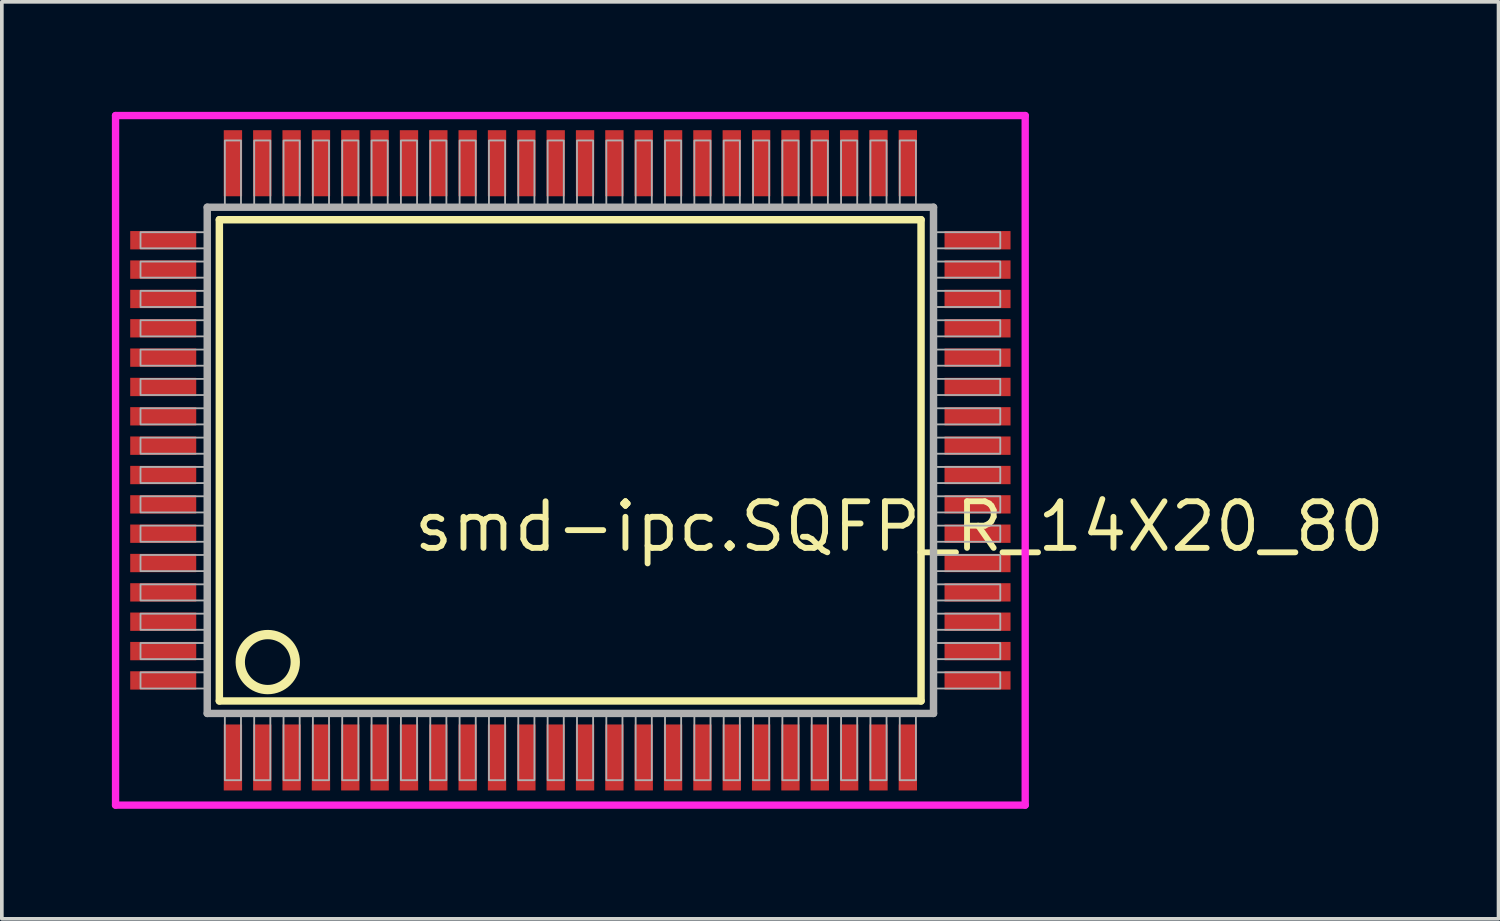
<source format=kicad_pcb>
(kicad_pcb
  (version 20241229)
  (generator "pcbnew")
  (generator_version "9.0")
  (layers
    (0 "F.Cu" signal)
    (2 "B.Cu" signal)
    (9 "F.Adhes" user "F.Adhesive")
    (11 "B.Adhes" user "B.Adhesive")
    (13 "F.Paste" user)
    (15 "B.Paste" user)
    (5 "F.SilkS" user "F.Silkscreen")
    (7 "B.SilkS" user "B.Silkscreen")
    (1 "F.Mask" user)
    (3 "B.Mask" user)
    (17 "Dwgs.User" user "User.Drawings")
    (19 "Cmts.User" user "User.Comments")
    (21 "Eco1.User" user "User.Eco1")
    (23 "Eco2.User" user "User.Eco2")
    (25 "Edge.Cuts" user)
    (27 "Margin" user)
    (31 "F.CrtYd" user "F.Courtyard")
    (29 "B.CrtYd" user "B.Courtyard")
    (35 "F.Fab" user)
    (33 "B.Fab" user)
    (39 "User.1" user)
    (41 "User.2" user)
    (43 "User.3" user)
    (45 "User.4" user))
  (footprint "smd-ipc.SQFP_R_14X20_80"
    (layer "F.Cu")
    (at 12.5 9.5)
    (property "Reference" "smd-ipc.SQFP_R_14X20_80" (at -4.35 2.55 0) (layer "F.SilkS") (effects (font (size 1.27 1.27) (thickness 0.16)) (justify left bottom)))
    (attr smd)
    (fp_line (start -9.57 -6.56) (end 9.56 -6.56) (stroke (width 0.203) (type default)) (layer "F.SilkS"))
    (fp_line (start -9.57 6.56) (end -9.57 -6.56) (stroke (width 0.203) (type default)) (layer "F.SilkS"))
    (fp_line (start 9.56 -6.56) (end 9.56 6.56) (stroke (width 0.203) (type default)) (layer "F.SilkS"))
    (fp_line (start 9.56 6.56) (end -9.57 6.56) (stroke (width 0.203) (type default)) (layer "F.SilkS"))
    (fp_circle (center -8.25 5.5) (end -7.5 5.5) (stroke (width 0.254) (type default)) (fill no) (layer "F.SilkS"))
    (fp_line (start -12.4 -9.4) (end 12.4 -9.4) (stroke (width 0.2) (type default)) (layer "F.CrtYd"))
    (fp_line (start -12.4 9.4) (end -12.4 -9.4) (stroke (width 0.2) (type default)) (layer "F.CrtYd"))
    (fp_line (start 12.4 -9.4) (end 12.4 9.4) (stroke (width 0.2) (type default)) (layer "F.CrtYd"))
    (fp_line (start 12.4 9.4) (end -12.4 9.4) (stroke (width 0.2) (type default)) (layer "F.CrtYd"))
    (fp_line (start -9.9 -6.9) (end -9.9 6.9) (stroke (width 0.203) (type default)) (layer "F.Fab"))
    (fp_line (start -9.9 6.9) (end 9.9 6.9) (stroke (width 0.203) (type default)) (layer "F.Fab"))
    (fp_line (start 9.9 -6.9) (end -9.9 -6.9) (stroke (width 0.203) (type default)) (layer "F.Fab"))
    (fp_line (start 9.9 6.9) (end 9.9 -6.9) (stroke (width 0.203) (type default)) (layer "F.Fab"))
    (fp_rect (start -11.72 -5.78) (end -9.95 -6.22) (stroke (width 0.05) (type default)) (fill no) (layer "F.Fab"))
    (fp_rect (start -11.72 -4.98) (end -9.95 -5.42) (stroke (width 0.05) (type default)) (fill no) (layer "F.Fab"))
    (fp_rect (start -11.72 -4.18) (end -9.95 -4.62) (stroke (width 0.05) (type default)) (fill no) (layer "F.Fab"))
    (fp_rect (start -11.72 -3.38) (end -9.95 -3.82) (stroke (width 0.05) (type default)) (fill no) (layer "F.Fab"))
    (fp_rect (start -11.72 -2.58) (end -9.95 -3.02) (stroke (width 0.05) (type default)) (fill no) (layer "F.Fab"))
    (fp_rect (start -11.72 -1.78) (end -9.95 -2.22) (stroke (width 0.05) (type default)) (fill no) (layer "F.Fab"))
    (fp_rect (start -11.72 -0.98) (end -9.95 -1.42) (stroke (width 0.05) (type default)) (fill no) (layer "F.Fab"))
    (fp_rect (start -11.72 -0.18) (end -9.95 -0.62) (stroke (width 0.05) (type default)) (fill no) (layer "F.Fab"))
    (fp_rect (start -11.72 0.62) (end -9.95 0.18) (stroke (width 0.05) (type default)) (fill no) (layer "F.Fab"))
    (fp_rect (start -11.72 1.42) (end -9.95 0.98) (stroke (width 0.05) (type default)) (fill no) (layer "F.Fab"))
    (fp_rect (start -11.72 2.22) (end -9.95 1.78) (stroke (width 0.05) (type default)) (fill no) (layer "F.Fab"))
    (fp_rect (start -11.72 3.02) (end -9.95 2.58) (stroke (width 0.05) (type default)) (fill no) (layer "F.Fab"))
    (fp_rect (start -11.72 3.82) (end -9.95 3.38) (stroke (width 0.05) (type default)) (fill no) (layer "F.Fab"))
    (fp_rect (start -11.72 4.62) (end -9.95 4.18) (stroke (width 0.05) (type default)) (fill no) (layer "F.Fab"))
    (fp_rect (start -11.72 5.42) (end -9.95 4.98) (stroke (width 0.05) (type default)) (fill no) (layer "F.Fab"))
    (fp_rect (start -11.72 6.22) (end -9.95 5.78) (stroke (width 0.05) (type default)) (fill no) (layer "F.Fab"))
    (fp_rect (start -9.42 -6.95) (end -8.98 -8.72) (stroke (width 0.05) (type default)) (fill no) (layer "F.Fab"))
    (fp_rect (start -9.42 8.72) (end -8.98 6.95) (stroke (width 0.05) (type default)) (fill no) (layer "F.Fab"))
    (fp_rect (start -8.62 -6.95) (end -8.18 -8.72) (stroke (width 0.05) (type default)) (fill no) (layer "F.Fab"))
    (fp_rect (start -8.62 8.72) (end -8.18 6.95) (stroke (width 0.05) (type default)) (fill no) (layer "F.Fab"))
    (fp_rect (start -7.82 -6.95) (end -7.38 -8.72) (stroke (width 0.05) (type default)) (fill no) (layer "F.Fab"))
    (fp_rect (start -7.82 8.72) (end -7.38 6.95) (stroke (width 0.05) (type default)) (fill no) (layer "F.Fab"))
    (fp_rect (start -7.02 -6.95) (end -6.58 -8.72) (stroke (width 0.05) (type default)) (fill no) (layer "F.Fab"))
    (fp_rect (start -7.02 8.72) (end -6.58 6.95) (stroke (width 0.05) (type default)) (fill no) (layer "F.Fab"))
    (fp_rect (start -6.22 -6.95) (end -5.78 -8.72) (stroke (width 0.05) (type default)) (fill no) (layer "F.Fab"))
    (fp_rect (start -6.22 8.72) (end -5.78 6.95) (stroke (width 0.05) (type default)) (fill no) (layer "F.Fab"))
    (fp_rect (start -5.42 -6.95) (end -4.98 -8.72) (stroke (width 0.05) (type default)) (fill no) (layer "F.Fab"))
    (fp_rect (start -5.42 8.72) (end -4.98 6.95) (stroke (width 0.05) (type default)) (fill no) (layer "F.Fab"))
    (fp_rect (start -4.62 -6.95) (end -4.18 -8.72) (stroke (width 0.05) (type default)) (fill no) (layer "F.Fab"))
    (fp_rect (start -4.62 8.72) (end -4.18 6.95) (stroke (width 0.05) (type default)) (fill no) (layer "F.Fab"))
    (fp_rect (start -3.82 -6.95) (end -3.38 -8.72) (stroke (width 0.05) (type default)) (fill no) (layer "F.Fab"))
    (fp_rect (start -3.82 8.72) (end -3.38 6.95) (stroke (width 0.05) (type default)) (fill no) (layer "F.Fab"))
    (fp_rect (start -3.02 -6.95) (end -2.58 -8.72) (stroke (width 0.05) (type default)) (fill no) (layer "F.Fab"))
    (fp_rect (start -3.02 8.72) (end -2.58 6.95) (stroke (width 0.05) (type default)) (fill no) (layer "F.Fab"))
    (fp_rect (start -2.22 -6.95) (end -1.78 -8.72) (stroke (width 0.05) (type default)) (fill no) (layer "F.Fab"))
    (fp_rect (start -2.22 8.72) (end -1.78 6.95) (stroke (width 0.05) (type default)) (fill no) (layer "F.Fab"))
    (fp_rect (start -1.42 -6.95) (end -0.98 -8.72) (stroke (width 0.05) (type default)) (fill no) (layer "F.Fab"))
    (fp_rect (start -1.42 8.72) (end -0.98 6.95) (stroke (width 0.05) (type default)) (fill no) (layer "F.Fab"))
    (fp_rect (start -0.62 -6.95) (end -0.18 -8.72) (stroke (width 0.05) (type default)) (fill no) (layer "F.Fab"))
    (fp_rect (start -0.62 8.72) (end -0.18 6.95) (stroke (width 0.05) (type default)) (fill no) (layer "F.Fab"))
    (fp_rect (start 0.18 -6.95) (end 0.62 -8.72) (stroke (width 0.05) (type default)) (fill no) (layer "F.Fab"))
    (fp_rect (start 0.18 8.72) (end 0.62 6.95) (stroke (width 0.05) (type default)) (fill no) (layer "F.Fab"))
    (fp_rect (start 0.98 -6.95) (end 1.42 -8.72) (stroke (width 0.05) (type default)) (fill no) (layer "F.Fab"))
    (fp_rect (start 0.98 8.72) (end 1.42 6.95) (stroke (width 0.05) (type default)) (fill no) (layer "F.Fab"))
    (fp_rect (start 1.78 -6.95) (end 2.22 -8.72) (stroke (width 0.05) (type default)) (fill no) (layer "F.Fab"))
    (fp_rect (start 1.78 8.72) (end 2.22 6.95) (stroke (width 0.05) (type default)) (fill no) (layer "F.Fab"))
    (fp_rect (start 2.58 -6.95) (end 3.02 -8.72) (stroke (width 0.05) (type default)) (fill no) (layer "F.Fab"))
    (fp_rect (start 2.58 8.72) (end 3.02 6.95) (stroke (width 0.05) (type default)) (fill no) (layer "F.Fab"))
    (fp_rect (start 3.38 -6.95) (end 3.82 -8.72) (stroke (width 0.05) (type default)) (fill no) (layer "F.Fab"))
    (fp_rect (start 3.38 8.72) (end 3.82 6.95) (stroke (width 0.05) (type default)) (fill no) (layer "F.Fab"))
    (fp_rect (start 4.18 -6.95) (end 4.62 -8.72) (stroke (width 0.05) (type default)) (fill no) (layer "F.Fab"))
    (fp_rect (start 4.18 8.72) (end 4.62 6.95) (stroke (width 0.05) (type default)) (fill no) (layer "F.Fab"))
    (fp_rect (start 4.98 -6.95) (end 5.42 -8.72) (stroke (width 0.05) (type default)) (fill no) (layer "F.Fab"))
    (fp_rect (start 4.98 8.72) (end 5.42 6.95) (stroke (width 0.05) (type default)) (fill no) (layer "F.Fab"))
    (fp_rect (start 5.78 -6.95) (end 6.22 -8.72) (stroke (width 0.05) (type default)) (fill no) (layer "F.Fab"))
    (fp_rect (start 5.78 8.72) (end 6.22 6.95) (stroke (width 0.05) (type default)) (fill no) (layer "F.Fab"))
    (fp_rect (start 6.58 -6.95) (end 7.02 -8.72) (stroke (width 0.05) (type default)) (fill no) (layer "F.Fab"))
    (fp_rect (start 6.58 8.72) (end 7.02 6.95) (stroke (width 0.05) (type default)) (fill no) (layer "F.Fab"))
    (fp_rect (start 7.38 -6.95) (end 7.82 -8.72) (stroke (width 0.05) (type default)) (fill no) (layer "F.Fab"))
    (fp_rect (start 7.38 8.72) (end 7.82 6.95) (stroke (width 0.05) (type default)) (fill no) (layer "F.Fab"))
    (fp_rect (start 8.18 -6.95) (end 8.62 -8.72) (stroke (width 0.05) (type default)) (fill no) (layer "F.Fab"))
    (fp_rect (start 8.18 8.72) (end 8.62 6.95) (stroke (width 0.05) (type default)) (fill no) (layer "F.Fab"))
    (fp_rect (start 8.98 -6.95) (end 9.42 -8.72) (stroke (width 0.05) (type default)) (fill no) (layer "F.Fab"))
    (fp_rect (start 8.98 8.72) (end 9.42 6.95) (stroke (width 0.05) (type default)) (fill no) (layer "F.Fab"))
    (fp_rect (start 9.95 -5.78) (end 11.72 -6.22) (stroke (width 0.05) (type default)) (fill no) (layer "F.Fab"))
    (fp_rect (start 9.95 -4.98) (end 11.72 -5.42) (stroke (width 0.05) (type default)) (fill no) (layer "F.Fab"))
    (fp_rect (start 9.95 -4.18) (end 11.72 -4.62) (stroke (width 0.05) (type default)) (fill no) (layer "F.Fab"))
    (fp_rect (start 9.95 -3.38) (end 11.72 -3.82) (stroke (width 0.05) (type default)) (fill no) (layer "F.Fab"))
    (fp_rect (start 9.95 -2.58) (end 11.72 -3.02) (stroke (width 0.05) (type default)) (fill no) (layer "F.Fab"))
    (fp_rect (start 9.95 -1.78) (end 11.72 -2.22) (stroke (width 0.05) (type default)) (fill no) (layer "F.Fab"))
    (fp_rect (start 9.95 -0.98) (end 11.72 -1.42) (stroke (width 0.05) (type default)) (fill no) (layer "F.Fab"))
    (fp_rect (start 9.95 -0.18) (end 11.72 -0.62) (stroke (width 0.05) (type default)) (fill no) (layer "F.Fab"))
    (fp_rect (start 9.95 0.62) (end 11.72 0.18) (stroke (width 0.05) (type default)) (fill no) (layer "F.Fab"))
    (fp_rect (start 9.95 1.42) (end 11.72 0.98) (stroke (width 0.05) (type default)) (fill no) (layer "F.Fab"))
    (fp_rect (start 9.95 2.22) (end 11.72 1.78) (stroke (width 0.05) (type default)) (fill no) (layer "F.Fab"))
    (fp_rect (start 9.95 3.02) (end 11.72 2.58) (stroke (width 0.05) (type default)) (fill no) (layer "F.Fab"))
    (fp_rect (start 9.95 3.82) (end 11.72 3.38) (stroke (width 0.05) (type default)) (fill no) (layer "F.Fab"))
    (fp_rect (start 9.95 4.62) (end 11.72 4.18) (stroke (width 0.05) (type default)) (fill no) (layer "F.Fab"))
    (fp_rect (start 9.95 5.42) (end 11.72 4.98) (stroke (width 0.05) (type default)) (fill no) (layer "F.Fab"))
    (fp_rect (start 9.95 6.22) (end 11.72 5.78) (stroke (width 0.05) (type default)) (fill no) (layer "F.Fab"))
    (pad "1" smd roundrect (at -9.2 8.1) (size 0.5 1.8) (layers "F.Cu" "F.Mask" "F.Paste") (roundrect_rratio 0.01))
    (pad "2" smd roundrect (at -8.4 8.1) (size 0.5 1.8) (layers "F.Cu" "F.Mask" "F.Paste") (roundrect_rratio 0.01))
    (pad "3" smd roundrect (at -7.6 8.1) (size 0.5 1.8) (layers "F.Cu" "F.Mask" "F.Paste") (roundrect_rratio 0.01))
    (pad "4" smd roundrect (at -6.8 8.1) (size 0.5 1.8) (layers "F.Cu" "F.Mask" "F.Paste") (roundrect_rratio 0.01))
    (pad "5" smd roundrect (at -6 8.1) (size 0.5 1.8) (layers "F.Cu" "F.Mask" "F.Paste") (roundrect_rratio 0.01))
    (pad "6" smd roundrect (at -5.2 8.1) (size 0.5 1.8) (layers "F.Cu" "F.Mask" "F.Paste") (roundrect_rratio 0.01))
    (pad "7" smd roundrect (at -4.4 8.1) (size 0.5 1.8) (layers "F.Cu" "F.Mask" "F.Paste") (roundrect_rratio 0.01))
    (pad "8" smd roundrect (at -3.6 8.1) (size 0.5 1.8) (layers "F.Cu" "F.Mask" "F.Paste") (roundrect_rratio 0.01))
    (pad "9" smd roundrect (at -2.8 8.1) (size 0.5 1.8) (layers "F.Cu" "F.Mask" "F.Paste") (roundrect_rratio 0.01))
    (pad "10" smd roundrect (at -2 8.1) (size 0.5 1.8) (layers "F.Cu" "F.Mask" "F.Paste") (roundrect_rratio 0.01))
    (pad "11" smd roundrect (at -1.2 8.1) (size 0.5 1.8) (layers "F.Cu" "F.Mask" "F.Paste") (roundrect_rratio 0.01))
    (pad "12" smd roundrect (at -0.4 8.1) (size 0.5 1.8) (layers "F.Cu" "F.Mask" "F.Paste") (roundrect_rratio 0.01))
    (pad "13" smd roundrect (at 0.4 8.1) (size 0.5 1.8) (layers "F.Cu" "F.Mask" "F.Paste") (roundrect_rratio 0.01))
    (pad "14" smd roundrect (at 1.2 8.1) (size 0.5 1.8) (layers "F.Cu" "F.Mask" "F.Paste") (roundrect_rratio 0.01))
    (pad "15" smd roundrect (at 2 8.1) (size 0.5 1.8) (layers "F.Cu" "F.Mask" "F.Paste") (roundrect_rratio 0.01))
    (pad "16" smd roundrect (at 2.8 8.1) (size 0.5 1.8) (layers "F.Cu" "F.Mask" "F.Paste") (roundrect_rratio 0.01))
    (pad "17" smd roundrect (at 3.6 8.1) (size 0.5 1.8) (layers "F.Cu" "F.Mask" "F.Paste") (roundrect_rratio 0.01))
    (pad "18" smd roundrect (at 4.4 8.1) (size 0.5 1.8) (layers "F.Cu" "F.Mask" "F.Paste") (roundrect_rratio 0.01))
    (pad "19" smd roundrect (at 5.2 8.1) (size 0.5 1.8) (layers "F.Cu" "F.Mask" "F.Paste") (roundrect_rratio 0.01))
    (pad "20" smd roundrect (at 6 8.1) (size 0.5 1.8) (layers "F.Cu" "F.Mask" "F.Paste") (roundrect_rratio 0.01))
    (pad "21" smd roundrect (at 6.8 8.1) (size 0.5 1.8) (layers "F.Cu" "F.Mask" "F.Paste") (roundrect_rratio 0.01))
    (pad "22" smd roundrect (at 7.6 8.1) (size 0.5 1.8) (layers "F.Cu" "F.Mask" "F.Paste") (roundrect_rratio 0.01))
    (pad "23" smd roundrect (at 8.4 8.1) (size 0.5 1.8) (layers "F.Cu" "F.Mask" "F.Paste") (roundrect_rratio 0.01))
    (pad "24" smd roundrect (at 9.2 8.1) (size 0.5 1.8) (layers "F.Cu" "F.Mask" "F.Paste") (roundrect_rratio 0.01))
    (pad "25" smd roundrect (at 11.1 6) (size 1.8 0.5) (layers "F.Cu" "F.Mask" "F.Paste") (roundrect_rratio 0.01))
    (pad "26" smd roundrect (at 11.1 5.2) (size 1.8 0.5) (layers "F.Cu" "F.Mask" "F.Paste") (roundrect_rratio 0.01))
    (pad "27" smd roundrect (at 11.1 4.4) (size 1.8 0.5) (layers "F.Cu" "F.Mask" "F.Paste") (roundrect_rratio 0.01))
    (pad "28" smd roundrect (at 11.1 3.6) (size 1.8 0.5) (layers "F.Cu" "F.Mask" "F.Paste") (roundrect_rratio 0.01))
    (pad "29" smd roundrect (at 11.1 2.8) (size 1.8 0.5) (layers "F.Cu" "F.Mask" "F.Paste") (roundrect_rratio 0.01))
    (pad "30" smd roundrect (at 11.1 2) (size 1.8 0.5) (layers "F.Cu" "F.Mask" "F.Paste") (roundrect_rratio 0.01))
    (pad "31" smd roundrect (at 11.1 1.2) (size 1.8 0.5) (layers "F.Cu" "F.Mask" "F.Paste") (roundrect_rratio 0.01))
    (pad "32" smd roundrect (at 11.1 0.4) (size 1.8 0.5) (layers "F.Cu" "F.Mask" "F.Paste") (roundrect_rratio 0.01))
    (pad "33" smd roundrect (at 11.1 -0.4) (size 1.8 0.5) (layers "F.Cu" "F.Mask" "F.Paste") (roundrect_rratio 0.01))
    (pad "34" smd roundrect (at 11.1 -1.2) (size 1.8 0.5) (layers "F.Cu" "F.Mask" "F.Paste") (roundrect_rratio 0.01))
    (pad "35" smd roundrect (at 11.1 -2) (size 1.8 0.5) (layers "F.Cu" "F.Mask" "F.Paste") (roundrect_rratio 0.01))
    (pad "36" smd roundrect (at 11.1 -2.8) (size 1.8 0.5) (layers "F.Cu" "F.Mask" "F.Paste") (roundrect_rratio 0.01))
    (pad "37" smd roundrect (at 11.1 -3.6) (size 1.8 0.5) (layers "F.Cu" "F.Mask" "F.Paste") (roundrect_rratio 0.01))
    (pad "38" smd roundrect (at 11.1 -4.4) (size 1.8 0.5) (layers "F.Cu" "F.Mask" "F.Paste") (roundrect_rratio 0.01))
    (pad "39" smd roundrect (at 11.1 -5.2) (size 1.8 0.5) (layers "F.Cu" "F.Mask" "F.Paste") (roundrect_rratio 0.01))
    (pad "40" smd roundrect (at 11.1 -6) (size 1.8 0.5) (layers "F.Cu" "F.Mask" "F.Paste") (roundrect_rratio 0.01))
    (pad "41" smd roundrect (at 9.2 -8.1) (size 0.5 1.8) (layers "F.Cu" "F.Mask" "F.Paste") (roundrect_rratio 0.01))
    (pad "42" smd roundrect (at 8.4 -8.1) (size 0.5 1.8) (layers "F.Cu" "F.Mask" "F.Paste") (roundrect_rratio 0.01))
    (pad "43" smd roundrect (at 7.6 -8.1) (size 0.5 1.8) (layers "F.Cu" "F.Mask" "F.Paste") (roundrect_rratio 0.01))
    (pad "44" smd roundrect (at 6.8 -8.1) (size 0.5 1.8) (layers "F.Cu" "F.Mask" "F.Paste") (roundrect_rratio 0.01))
    (pad "45" smd roundrect (at 6 -8.1) (size 0.5 1.8) (layers "F.Cu" "F.Mask" "F.Paste") (roundrect_rratio 0.01))
    (pad "46" smd roundrect (at 5.2 -8.1) (size 0.5 1.8) (layers "F.Cu" "F.Mask" "F.Paste") (roundrect_rratio 0.01))
    (pad "47" smd roundrect (at 4.4 -8.1) (size 0.5 1.8) (layers "F.Cu" "F.Mask" "F.Paste") (roundrect_rratio 0.01))
    (pad "48" smd roundrect (at 3.6 -8.1) (size 0.5 1.8) (layers "F.Cu" "F.Mask" "F.Paste") (roundrect_rratio 0.01))
    (pad "49" smd roundrect (at 2.8 -8.1) (size 0.5 1.8) (layers "F.Cu" "F.Mask" "F.Paste") (roundrect_rratio 0.01))
    (pad "50" smd roundrect (at 2 -8.1) (size 0.5 1.8) (layers "F.Cu" "F.Mask" "F.Paste") (roundrect_rratio 0.01))
    (pad "51" smd roundrect (at 1.2 -8.1) (size 0.5 1.8) (layers "F.Cu" "F.Mask" "F.Paste") (roundrect_rratio 0.01))
    (pad "52" smd roundrect (at 0.4 -8.1) (size 0.5 1.8) (layers "F.Cu" "F.Mask" "F.Paste") (roundrect_rratio 0.01))
    (pad "53" smd roundrect (at -0.4 -8.1) (size 0.5 1.8) (layers "F.Cu" "F.Mask" "F.Paste") (roundrect_rratio 0.01))
    (pad "54" smd roundrect (at -1.2 -8.1) (size 0.5 1.8) (layers "F.Cu" "F.Mask" "F.Paste") (roundrect_rratio 0.01))
    (pad "55" smd roundrect (at -2 -8.1) (size 0.5 1.8) (layers "F.Cu" "F.Mask" "F.Paste") (roundrect_rratio 0.01))
    (pad "56" smd roundrect (at -2.8 -8.1) (size 0.5 1.8) (layers "F.Cu" "F.Mask" "F.Paste") (roundrect_rratio 0.01))
    (pad "57" smd roundrect (at -3.6 -8.1) (size 0.5 1.8) (layers "F.Cu" "F.Mask" "F.Paste") (roundrect_rratio 0.01))
    (pad "58" smd roundrect (at -4.4 -8.1) (size 0.5 1.8) (layers "F.Cu" "F.Mask" "F.Paste") (roundrect_rratio 0.01))
    (pad "59" smd roundrect (at -5.2 -8.1) (size 0.5 1.8) (layers "F.Cu" "F.Mask" "F.Paste") (roundrect_rratio 0.01))
    (pad "60" smd roundrect (at -6 -8.1) (size 0.5 1.8) (layers "F.Cu" "F.Mask" "F.Paste") (roundrect_rratio 0.01))
    (pad "61" smd roundrect (at -6.8 -8.1) (size 0.5 1.8) (layers "F.Cu" "F.Mask" "F.Paste") (roundrect_rratio 0.01))
    (pad "62" smd roundrect (at -7.6 -8.1) (size 0.5 1.8) (layers "F.Cu" "F.Mask" "F.Paste") (roundrect_rratio 0.01))
    (pad "63" smd roundrect (at -8.4 -8.1) (size 0.5 1.8) (layers "F.Cu" "F.Mask" "F.Paste") (roundrect_rratio 0.01))
    (pad "64" smd roundrect (at -9.2 -8.1) (size 0.5 1.8) (layers "F.Cu" "F.Mask" "F.Paste") (roundrect_rratio 0.01))
    (pad "65" smd roundrect (at -11.1 -6) (size 1.8 0.5) (layers "F.Cu" "F.Mask" "F.Paste") (roundrect_rratio 0.01))
    (pad "66" smd roundrect (at -11.1 -5.2) (size 1.8 0.5) (layers "F.Cu" "F.Mask" "F.Paste") (roundrect_rratio 0.01))
    (pad "67" smd roundrect (at -11.1 -4.4) (size 1.8 0.5) (layers "F.Cu" "F.Mask" "F.Paste") (roundrect_rratio 0.01))
    (pad "68" smd roundrect (at -11.1 -3.6) (size 1.8 0.5) (layers "F.Cu" "F.Mask" "F.Paste") (roundrect_rratio 0.01))
    (pad "69" smd roundrect (at -11.1 -2.8) (size 1.8 0.5) (layers "F.Cu" "F.Mask" "F.Paste") (roundrect_rratio 0.01))
    (pad "70" smd roundrect (at -11.1 -2) (size 1.8 0.5) (layers "F.Cu" "F.Mask" "F.Paste") (roundrect_rratio 0.01))
    (pad "71" smd roundrect (at -11.1 -1.2) (size 1.8 0.5) (layers "F.Cu" "F.Mask" "F.Paste") (roundrect_rratio 0.01))
    (pad "72" smd roundrect (at -11.1 -0.4) (size 1.8 0.5) (layers "F.Cu" "F.Mask" "F.Paste") (roundrect_rratio 0.01))
    (pad "73" smd roundrect (at -11.1 0.4) (size 1.8 0.5) (layers "F.Cu" "F.Mask" "F.Paste") (roundrect_rratio 0.01))
    (pad "74" smd roundrect (at -11.1 1.2) (size 1.8 0.5) (layers "F.Cu" "F.Mask" "F.Paste") (roundrect_rratio 0.01))
    (pad "75" smd roundrect (at -11.1 2) (size 1.8 0.5) (layers "F.Cu" "F.Mask" "F.Paste") (roundrect_rratio 0.01))
    (pad "76" smd roundrect (at -11.1 2.8) (size 1.8 0.5) (layers "F.Cu" "F.Mask" "F.Paste") (roundrect_rratio 0.01))
    (pad "77" smd roundrect (at -11.1 3.6) (size 1.8 0.5) (layers "F.Cu" "F.Mask" "F.Paste") (roundrect_rratio 0.01))
    (pad "78" smd roundrect (at -11.1 4.4) (size 1.8 0.5) (layers "F.Cu" "F.Mask" "F.Paste") (roundrect_rratio 0.01))
    (pad "79" smd roundrect (at -11.1 5.2) (size 1.8 0.5) (layers "F.Cu" "F.Mask" "F.Paste") (roundrect_rratio 0.01))
    (pad "80" smd roundrect (at -11.1 6) (size 1.8 0.5) (layers "F.Cu" "F.Mask" "F.Paste") (roundrect_rratio 0.01)))
  (gr_rect
    (start -3 -3)
    (end 37.804 22)
    (stroke (width 0.1) (type default))
    (fill no)
    (layer "Edge.Cuts")))
</source>
